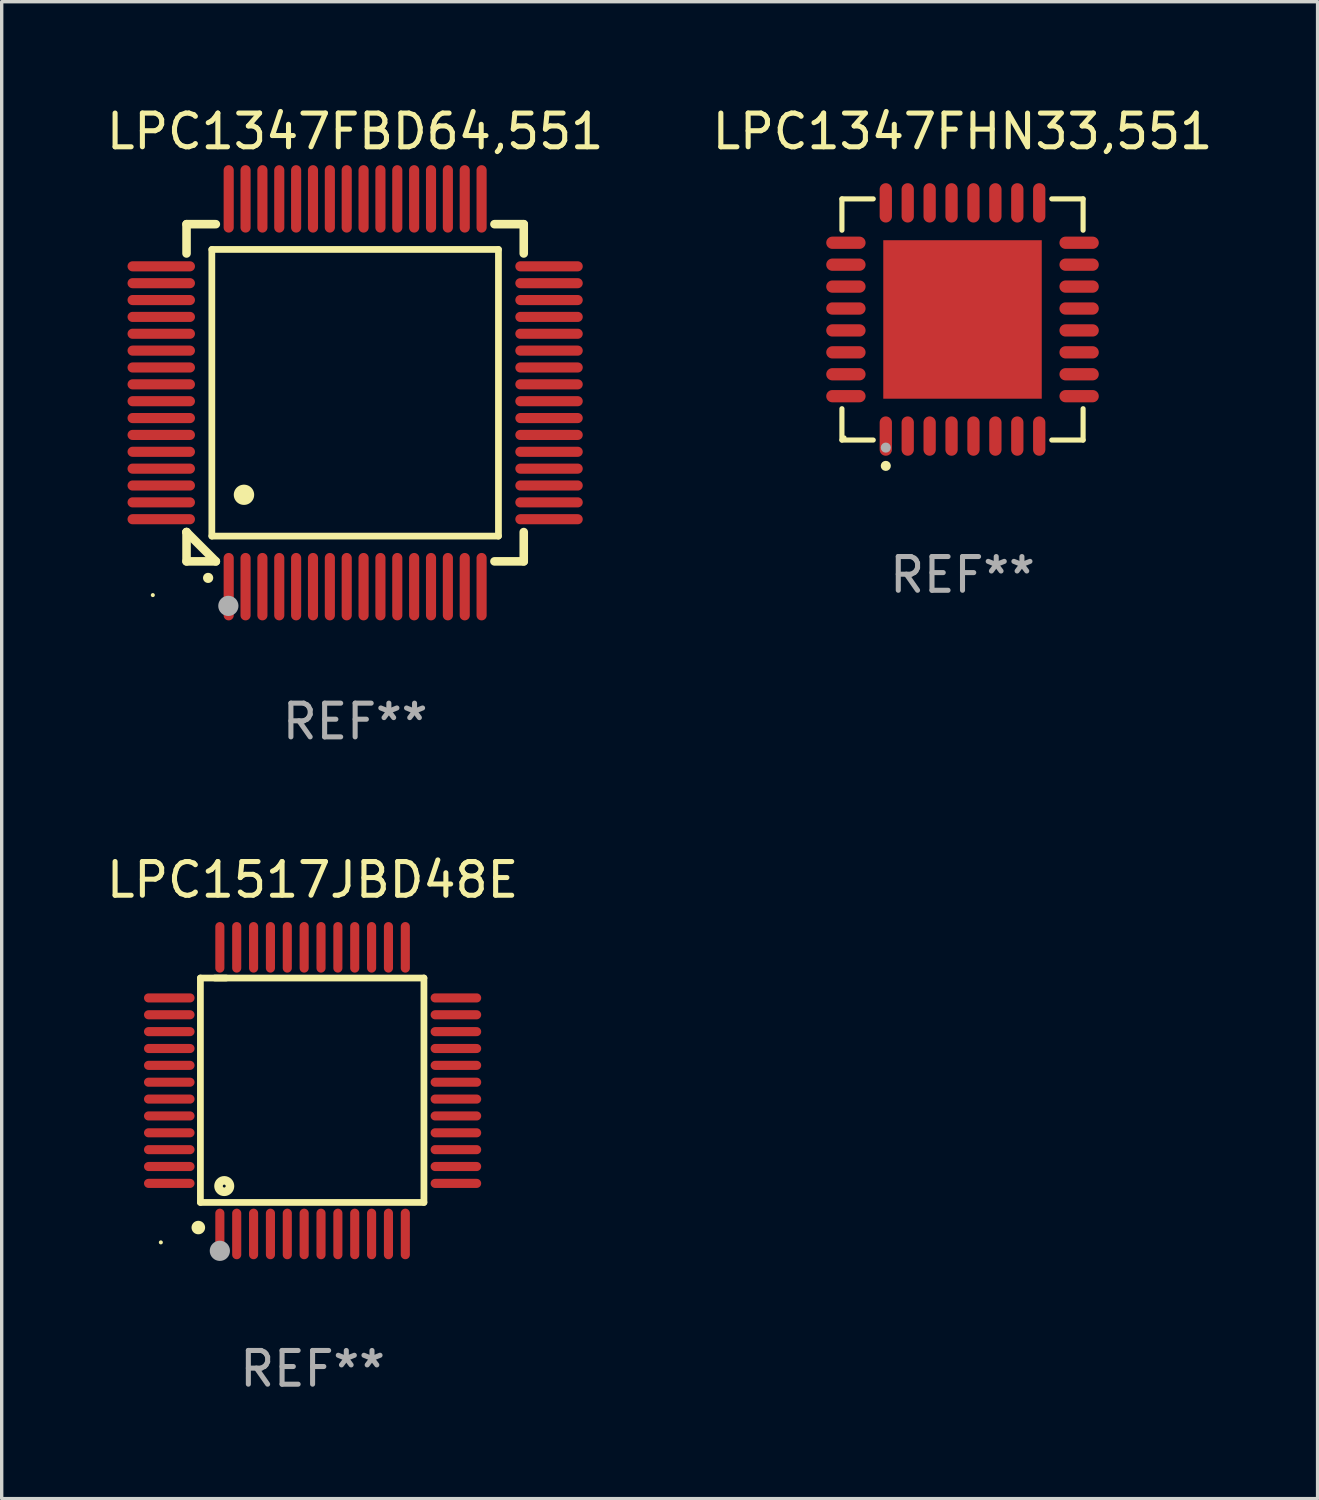
<source format=kicad_pcb>
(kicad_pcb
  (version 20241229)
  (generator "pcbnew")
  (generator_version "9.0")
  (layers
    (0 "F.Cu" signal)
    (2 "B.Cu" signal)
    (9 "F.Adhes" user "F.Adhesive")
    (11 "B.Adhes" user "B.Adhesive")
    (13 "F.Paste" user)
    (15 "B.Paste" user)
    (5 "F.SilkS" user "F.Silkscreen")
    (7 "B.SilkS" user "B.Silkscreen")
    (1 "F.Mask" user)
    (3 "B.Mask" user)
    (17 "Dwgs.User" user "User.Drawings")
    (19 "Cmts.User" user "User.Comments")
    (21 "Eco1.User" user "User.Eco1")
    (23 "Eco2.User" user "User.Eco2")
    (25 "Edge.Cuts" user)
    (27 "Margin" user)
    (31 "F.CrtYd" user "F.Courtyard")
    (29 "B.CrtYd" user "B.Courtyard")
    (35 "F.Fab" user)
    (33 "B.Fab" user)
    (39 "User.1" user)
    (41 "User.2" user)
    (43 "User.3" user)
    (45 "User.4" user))
  (footprint "LPC1347FHN33,551"
    (layer "F.Cu")
    (at 25.494 6.424)
    (property "Reference" "LPC1347FHN33,551" (at 0 -5.576 0) (layer "F.SilkS") (effects (font (size 1 1) (thickness 0.15))))
    (attr through_hole)
    (fp_line (start -3.576 -3.576) (end -2.647 -3.576) (stroke (width 0.152) (type solid)) (layer "F.SilkS"))
    (fp_line (start -3.576 -2.647) (end -3.576 -3.576) (stroke (width 0.152) (type solid)) (layer "F.SilkS"))
    (fp_line (start -3.576 2.647) (end -3.576 3.576) (stroke (width 0.152) (type solid)) (layer "F.SilkS"))
    (fp_line (start -3.576 3.576) (end -2.647 3.576) (stroke (width 0.152) (type solid)) (layer "F.SilkS"))
    (fp_line (start 3.576 -3.576) (end 2.647 -3.576) (stroke (width 0.152) (type solid)) (layer "F.SilkS"))
    (fp_line (start 3.576 -2.647) (end 3.576 -3.576) (stroke (width 0.152) (type solid)) (layer "F.SilkS"))
    (fp_line (start 3.576 2.647) (end 3.576 3.576) (stroke (width 0.152) (type solid)) (layer "F.SilkS"))
    (fp_line (start 3.576 3.576) (end 2.647 3.576) (stroke (width 0.152) (type solid)) (layer "F.SilkS"))
    (fp_circle (center -3.5 3.5) (end -3.47 3.5) (stroke (width 0.06) (type solid)) (fill no) (layer "F.SilkS"))
    (fp_circle (center -2.275 4.342) (end -2.2 4.342) (stroke (width 0.15) (type solid)) (fill no) (layer "F.SilkS"))
    (fp_circle (center -2.275 3.8) (end -2.2 3.8) (stroke (width 0.15) (type solid)) (fill no) (layer "F.Fab"))
    (fp_text user "REF**" (at 0 7.576 0) (layer "F.Fab") (effects (font (size 1 1) (thickness 0.15))))
    (pad "1" smd oval (at -2.275 3.458) (size 0.364 1.167) (layers "F.Cu" "F.Mask" "F.Paste"))
    (pad "2" smd oval (at -1.625 3.458) (size 0.364 1.167) (layers "F.Cu" "F.Mask" "F.Paste"))
    (pad "3" smd oval (at -0.975 3.458) (size 0.364 1.167) (layers "F.Cu" "F.Mask" "F.Paste"))
    (pad "4" smd oval (at -0.325 3.458) (size 0.364 1.167) (layers "F.Cu" "F.Mask" "F.Paste"))
    (pad "5" smd oval (at 0.325 3.458) (size 0.364 1.167) (layers "F.Cu" "F.Mask" "F.Paste"))
    (pad "6" smd oval (at 0.975 3.458) (size 0.364 1.167) (layers "F.Cu" "F.Mask" "F.Paste"))
    (pad "7" smd oval (at 1.625 3.458) (size 0.364 1.167) (layers "F.Cu" "F.Mask" "F.Paste"))
    (pad "8" smd oval (at 2.275 3.458) (size 0.364 1.167) (layers "F.Cu" "F.Mask" "F.Paste"))
    (pad "9" smd oval (at 3.458 2.275) (size 1.167 0.364) (layers "F.Cu" "F.Mask" "F.Paste"))
    (pad "10" smd oval (at 3.458 1.625) (size 1.167 0.364) (layers "F.Cu" "F.Mask" "F.Paste"))
    (pad "11" smd oval (at 3.458 0.975) (size 1.167 0.364) (layers "F.Cu" "F.Mask" "F.Paste"))
    (pad "12" smd oval (at 3.458 0.325) (size 1.167 0.364) (layers "F.Cu" "F.Mask" "F.Paste"))
    (pad "13" smd oval (at 3.458 -0.325) (size 1.167 0.364) (layers "F.Cu" "F.Mask" "F.Paste"))
    (pad "14" smd oval (at 3.458 -0.975) (size 1.167 0.364) (layers "F.Cu" "F.Mask" "F.Paste"))
    (pad "15" smd oval (at 3.458 -1.625) (size 1.167 0.364) (layers "F.Cu" "F.Mask" "F.Paste"))
    (pad "16" smd oval (at 3.458 -2.275) (size 1.167 0.364) (layers "F.Cu" "F.Mask" "F.Paste"))
    (pad "17" smd oval (at 2.275 -3.458) (size 0.364 1.167) (layers "F.Cu" "F.Mask" "F.Paste"))
    (pad "18" smd oval (at 1.625 -3.458) (size 0.364 1.167) (layers "F.Cu" "F.Mask" "F.Paste"))
    (pad "19" smd oval (at 0.975 -3.458) (size 0.364 1.167) (layers "F.Cu" "F.Mask" "F.Paste"))
    (pad "20" smd oval (at 0.325 -3.458) (size 0.364 1.167) (layers "F.Cu" "F.Mask" "F.Paste"))
    (pad "21" smd oval (at -0.325 -3.458) (size 0.364 1.167) (layers "F.Cu" "F.Mask" "F.Paste"))
    (pad "22" smd oval (at -0.975 -3.458) (size 0.364 1.167) (layers "F.Cu" "F.Mask" "F.Paste"))
    (pad "23" smd oval (at -1.625 -3.458) (size 0.364 1.167) (layers "F.Cu" "F.Mask" "F.Paste"))
    (pad "24" smd oval (at -2.275 -3.458) (size 0.364 1.167) (layers "F.Cu" "F.Mask" "F.Paste"))
    (pad "25" smd oval (at -3.458 -2.275) (size 1.167 0.364) (layers "F.Cu" "F.Mask" "F.Paste"))
    (pad "26" smd oval (at -3.458 -1.625) (size 1.167 0.364) (layers "F.Cu" "F.Mask" "F.Paste"))
    (pad "27" smd oval (at -3.458 -0.975) (size 1.167 0.364) (layers "F.Cu" "F.Mask" "F.Paste"))
    (pad "28" smd oval (at -3.458 -0.325) (size 1.167 0.364) (layers "F.Cu" "F.Mask" "F.Paste"))
    (pad "29" smd oval (at -3.458 0.325) (size 1.167 0.364) (layers "F.Cu" "F.Mask" "F.Paste"))
    (pad "30" smd oval (at -3.458 0.975) (size 1.167 0.364) (layers "F.Cu" "F.Mask" "F.Paste"))
    (pad "31" smd oval (at -3.458 1.625) (size 1.167 0.364) (layers "F.Cu" "F.Mask" "F.Paste"))
    (pad "32" smd oval (at -3.458 2.275) (size 1.167 0.364) (layers "F.Cu" "F.Mask" "F.Paste"))
    (pad "33" smd rect (at 0 0) (size 4.7 4.7) (layers "F.Cu" "F.Mask" "F.Paste")))
  (footprint "LPC1517JBD48E"
    (layer "F.Cu")
    (at 6.22 29.294)
    (property "Reference" "LPC1517JBD48E" (at 0 -6.25 0) (layer "F.SilkS") (effects (font (size 1 1) (thickness 0.15))))
    (attr through_hole)
    (fp_line (start -3.327 -3.34) (end -2.565 -3.34) (stroke (width 0.2) (type solid)) (layer "F.SilkS"))
    (fp_line (start -3.327 3.315) (end -3.327 -3.34) (stroke (width 0.2) (type solid)) (layer "F.SilkS"))
    (fp_line (start -2.896 -3.34) (end 3.302 -3.34) (stroke (width 0.2) (type solid)) (layer "F.SilkS"))
    (fp_line (start 3.302 -3.34) (end 3.302 3.315) (stroke (width 0.2) (type solid)) (layer "F.SilkS"))
    (fp_line (start 3.302 3.315) (end -3.327 3.315) (stroke (width 0.2) (type solid)) (layer "F.SilkS"))
    (fp_arc (start -3.389992 4.059995) (mid -3.388722 4.059991) (end -3.387452 4.059995) (stroke (width 0.4) (type solid)) (layer "F.SilkS"))
    (fp_circle (center -4.5 4.5) (end -4.47 4.5) (stroke (width 0.06) (type solid)) (fill no) (layer "F.SilkS"))
    (fp_circle (center -2.62 2.83) (end -2.45 2.83) (stroke (width 0.254) (type solid)) (fill no) (layer "F.SilkS"))
    (fp_circle (center -2.75 4.75) (end -2.6 4.75) (stroke (width 0.3) (type solid)) (fill no) (layer "F.Fab"))
    (fp_text user "REF**" (at 0 8.25 0) (layer "F.Fab") (effects (font (size 1 1) (thickness 0.15))))
    (pad "1" smd oval (at -2.75 4.25) (size 0.27 1.5) (layers "F.Cu" "F.Mask" "F.Paste"))
    (pad "2" smd oval (at -2.25 4.25) (size 0.27 1.5) (layers "F.Cu" "F.Mask" "F.Paste"))
    (pad "3" smd oval (at -1.75 4.25) (size 0.27 1.5) (layers "F.Cu" "F.Mask" "F.Paste"))
    (pad "4" smd oval (at -1.25 4.25) (size 0.27 1.5) (layers "F.Cu" "F.Mask" "F.Paste"))
    (pad "5" smd oval (at -0.75 4.25) (size 0.27 1.5) (layers "F.Cu" "F.Mask" "F.Paste"))
    (pad "6" smd oval (at -0.25 4.25) (size 0.27 1.5) (layers "F.Cu" "F.Mask" "F.Paste"))
    (pad "7" smd oval (at 0.25 4.25) (size 0.27 1.5) (layers "F.Cu" "F.Mask" "F.Paste"))
    (pad "8" smd oval (at 0.75 4.25) (size 0.27 1.5) (layers "F.Cu" "F.Mask" "F.Paste"))
    (pad "9" smd oval (at 1.25 4.25) (size 0.27 1.5) (layers "F.Cu" "F.Mask" "F.Paste"))
    (pad "10" smd oval (at 1.75 4.25) (size 0.27 1.5) (layers "F.Cu" "F.Mask" "F.Paste"))
    (pad "11" smd oval (at 2.25 4.25) (size 0.27 1.5) (layers "F.Cu" "F.Mask" "F.Paste"))
    (pad "12" smd oval (at 2.75 4.25) (size 0.27 1.5) (layers "F.Cu" "F.Mask" "F.Paste"))
    (pad "13" smd oval (at 4.25 2.75) (size 1.5 0.27) (layers "F.Cu" "F.Mask" "F.Paste"))
    (pad "14" smd oval (at 4.25 2.25) (size 1.5 0.27) (layers "F.Cu" "F.Mask" "F.Paste"))
    (pad "15" smd oval (at 4.25 1.75) (size 1.5 0.27) (layers "F.Cu" "F.Mask" "F.Paste"))
    (pad "16" smd oval (at 4.25 1.25) (size 1.5 0.27) (layers "F.Cu" "F.Mask" "F.Paste"))
    (pad "17" smd oval (at 4.25 0.75) (size 1.5 0.27) (layers "F.Cu" "F.Mask" "F.Paste"))
    (pad "18" smd oval (at 4.25 0.25) (size 1.5 0.27) (layers "F.Cu" "F.Mask" "F.Paste"))
    (pad "19" smd oval (at 4.25 -0.25) (size 1.5 0.27) (layers "F.Cu" "F.Mask" "F.Paste"))
    (pad "20" smd oval (at 4.25 -0.75) (size 1.5 0.27) (layers "F.Cu" "F.Mask" "F.Paste"))
    (pad "21" smd oval (at 4.25 -1.25) (size 1.5 0.27) (layers "F.Cu" "F.Mask" "F.Paste"))
    (pad "22" smd oval (at 4.25 -1.75) (size 1.5 0.27) (layers "F.Cu" "F.Mask" "F.Paste"))
    (pad "23" smd oval (at 4.25 -2.25) (size 1.5 0.27) (layers "F.Cu" "F.Mask" "F.Paste"))
    (pad "24" smd oval (at 4.25 -2.75) (size 1.5 0.27) (layers "F.Cu" "F.Mask" "F.Paste"))
    (pad "25" smd oval (at 2.75 -4.25) (size 0.27 1.5) (layers "F.Cu" "F.Mask" "F.Paste"))
    (pad "26" smd oval (at 2.25 -4.25) (size 0.27 1.5) (layers "F.Cu" "F.Mask" "F.Paste"))
    (pad "27" smd oval (at 1.75 -4.25) (size 0.27 1.5) (layers "F.Cu" "F.Mask" "F.Paste"))
    (pad "28" smd oval (at 1.25 -4.25) (size 0.27 1.5) (layers "F.Cu" "F.Mask" "F.Paste"))
    (pad "29" smd oval (at 0.75 -4.25) (size 0.27 1.5) (layers "F.Cu" "F.Mask" "F.Paste"))
    (pad "30" smd oval (at 0.25 -4.25) (size 0.27 1.5) (layers "F.Cu" "F.Mask" "F.Paste"))
    (pad "31" smd oval (at -0.25 -4.25) (size 0.27 1.5) (layers "F.Cu" "F.Mask" "F.Paste"))
    (pad "32" smd oval (at -0.75 -4.25) (size 0.27 1.5) (layers "F.Cu" "F.Mask" "F.Paste"))
    (pad "33" smd oval (at -1.25 -4.25) (size 0.27 1.5) (layers "F.Cu" "F.Mask" "F.Paste"))
    (pad "34" smd oval (at -1.75 -4.25) (size 0.27 1.5) (layers "F.Cu" "F.Mask" "F.Paste"))
    (pad "35" smd oval (at -2.25 -4.25) (size 0.27 1.5) (layers "F.Cu" "F.Mask" "F.Paste"))
    (pad "36" smd oval (at -2.75 -4.25) (size 0.27 1.5) (layers "F.Cu" "F.Mask" "F.Paste"))
    (pad "37" smd oval (at -4.25 -2.75) (size 1.5 0.27) (layers "F.Cu" "F.Mask" "F.Paste"))
    (pad "38" smd oval (at -4.25 -2.25) (size 1.5 0.27) (layers "F.Cu" "F.Mask" "F.Paste"))
    (pad "39" smd oval (at -4.25 -1.75) (size 1.5 0.27) (layers "F.Cu" "F.Mask" "F.Paste"))
    (pad "40" smd oval (at -4.25 -1.25) (size 1.5 0.27) (layers "F.Cu" "F.Mask" "F.Paste"))
    (pad "41" smd oval (at -4.25 -0.75) (size 1.5 0.27) (layers "F.Cu" "F.Mask" "F.Paste"))
    (pad "42" smd oval (at -4.25 -0.25) (size 1.5 0.27) (layers "F.Cu" "F.Mask" "F.Paste"))
    (pad "43" smd oval (at -4.25 0.25) (size 1.5 0.27) (layers "F.Cu" "F.Mask" "F.Paste"))
    (pad "44" smd oval (at -4.25 0.75) (size 1.5 0.27) (layers "F.Cu" "F.Mask" "F.Paste"))
    (pad "45" smd oval (at -4.25 1.25) (size 1.5 0.27) (layers "F.Cu" "F.Mask" "F.Paste"))
    (pad "46" smd oval (at -4.25 1.75) (size 1.5 0.27) (layers "F.Cu" "F.Mask" "F.Paste"))
    (pad "47" smd oval (at -4.25 2.25) (size 1.5 0.27) (layers "F.Cu" "F.Mask" "F.Paste"))
    (pad "48" smd oval (at -4.25 2.75) (size 1.5 0.27) (layers "F.Cu" "F.Mask" "F.Paste")))
  (footprint "LPC1347FBD64,551"
    (layer "F.Cu")
    (at 7.482 8.598)
    (property "Reference" "LPC1347FBD64,551" (at 0 -7.75 0) (layer "F.SilkS") (effects (font (size 1 1) (thickness 0.15))))
    (attr through_hole)
    (fp_line (start -5 -5) (end -4.131 -5) (stroke (width 0.254) (type solid)) (layer "F.SilkS"))
    (fp_line (start -5 -4.131) (end -5 -5) (stroke (width 0.254) (type solid)) (layer "F.SilkS"))
    (fp_line (start -5 4.131) (end -5 4.131) (stroke (width 0.254) (type solid)) (layer "F.SilkS"))
    (fp_line (start -5 5) (end -5 4.131) (stroke (width 0.254) (type solid)) (layer "F.SilkS"))
    (fp_line (start -5 4.131) (end -4.131 5) (stroke (width 0.254) (type solid)) (layer "F.SilkS"))
    (fp_line (start -4.25 -4.25) (end -4.25 4.25) (stroke (width 0.2) (type solid)) (layer "F.SilkS"))
    (fp_line (start -4.25 4.25) (end 4.25 4.25) (stroke (width 0.2) (type solid)) (layer "F.SilkS"))
    (fp_line (start -4.131 5) (end -5 5) (stroke (width 0.254) (type solid)) (layer "F.SilkS"))
    (fp_line (start 4.25 -4.25) (end -4.25 -4.25) (stroke (width 0.2) (type solid)) (layer "F.SilkS"))
    (fp_line (start 4.25 4.25) (end 4.25 -4.25) (stroke (width 0.2) (type solid)) (layer "F.SilkS"))
    (fp_line (start 5 -5) (end 4.131 -5) (stroke (width 0.254) (type solid)) (layer "F.SilkS"))
    (fp_line (start 5 -5) (end 5 -4.131) (stroke (width 0.254) (type solid)) (layer "F.SilkS"))
    (fp_line (start 5 4.131) (end 5 5) (stroke (width 0.254) (type solid)) (layer "F.SilkS"))
    (fp_line (start 5 5) (end 4.131 5) (stroke (width 0.254) (type solid)) (layer "F.SilkS"))
    (fp_arc (start -4.361265 5.489992) (mid -4.359995 5.489987) (end -4.358725 5.489992) (stroke (width 0.3) (type solid)) (layer "F.SilkS"))
    (fp_arc (start -3.299467 3.025146) (mid -3.296927 3.025135) (end -3.294387 3.025146) (stroke (width 0.6) (type solid)) (layer "F.SilkS"))
    (fp_circle (center -6 6) (end -5.97 6) (stroke (width 0.06) (type solid)) (fill no) (layer "F.SilkS"))
    (fp_circle (center -3.76 6.32) (end -3.61 6.32) (stroke (width 0.3) (type solid)) (fill no) (layer "F.Fab"))
    (fp_text user "REF**" (at 0 9.75 0) (layer "F.Fab") (effects (font (size 1 1) (thickness 0.15))))
    (pad "1" smd oval (at -3.75 5.75) (size 0.3 2) (layers "F.Cu" "F.Mask" "F.Paste"))
    (pad "2" smd oval (at -3.25 5.75) (size 0.3 2) (layers "F.Cu" "F.Mask" "F.Paste"))
    (pad "3" smd oval (at -2.75 5.75) (size 0.3 2) (layers "F.Cu" "F.Mask" "F.Paste"))
    (pad "4" smd oval (at -2.25 5.75) (size 0.3 2) (layers "F.Cu" "F.Mask" "F.Paste"))
    (pad "5" smd oval (at -1.75 5.75) (size 0.3 2) (layers "F.Cu" "F.Mask" "F.Paste"))
    (pad "6" smd oval (at -1.25 5.75) (size 0.3 2) (layers "F.Cu" "F.Mask" "F.Paste"))
    (pad "7" smd oval (at -0.75 5.75) (size 0.3 2) (layers "F.Cu" "F.Mask" "F.Paste"))
    (pad "8" smd oval (at -0.25 5.75) (size 0.3 2) (layers "F.Cu" "F.Mask" "F.Paste"))
    (pad "9" smd oval (at 0.25 5.75) (size 0.3 2) (layers "F.Cu" "F.Mask" "F.Paste"))
    (pad "10" smd oval (at 0.75 5.75) (size 0.3 2) (layers "F.Cu" "F.Mask" "F.Paste"))
    (pad "11" smd oval (at 1.25 5.75) (size 0.3 2) (layers "F.Cu" "F.Mask" "F.Paste"))
    (pad "12" smd oval (at 1.75 5.75) (size 0.3 2) (layers "F.Cu" "F.Mask" "F.Paste"))
    (pad "13" smd oval (at 2.25 5.75) (size 0.3 2) (layers "F.Cu" "F.Mask" "F.Paste"))
    (pad "14" smd oval (at 2.75 5.75) (size 0.3 2) (layers "F.Cu" "F.Mask" "F.Paste"))
    (pad "15" smd oval (at 3.25 5.75) (size 0.3 2) (layers "F.Cu" "F.Mask" "F.Paste"))
    (pad "16" smd oval (at 3.75 5.75) (size 0.3 2) (layers "F.Cu" "F.Mask" "F.Paste"))
    (pad "17" smd oval (at 5.75 3.75) (size 2 0.3) (layers "F.Cu" "F.Mask" "F.Paste"))
    (pad "18" smd oval (at 5.75 3.25) (size 2 0.3) (layers "F.Cu" "F.Mask" "F.Paste"))
    (pad "19" smd oval (at 5.75 2.75) (size 2 0.3) (layers "F.Cu" "F.Mask" "F.Paste"))
    (pad "20" smd oval (at 5.75 2.25) (size 2 0.3) (layers "F.Cu" "F.Mask" "F.Paste"))
    (pad "21" smd oval (at 5.75 1.75) (size 2 0.3) (layers "F.Cu" "F.Mask" "F.Paste"))
    (pad "22" smd oval (at 5.75 1.25) (size 2 0.3) (layers "F.Cu" "F.Mask" "F.Paste"))
    (pad "23" smd oval (at 5.75 0.75) (size 2 0.3) (layers "F.Cu" "F.Mask" "F.Paste"))
    (pad "24" smd oval (at 5.75 0.25) (size 2 0.3) (layers "F.Cu" "F.Mask" "F.Paste"))
    (pad "25" smd oval (at 5.75 -0.25) (size 2 0.3) (layers "F.Cu" "F.Mask" "F.Paste"))
    (pad "26" smd oval (at 5.75 -0.75) (size 2 0.3) (layers "F.Cu" "F.Mask" "F.Paste"))
    (pad "27" smd oval (at 5.75 -1.25) (size 2 0.3) (layers "F.Cu" "F.Mask" "F.Paste"))
    (pad "28" smd oval (at 5.75 -1.75) (size 2 0.3) (layers "F.Cu" "F.Mask" "F.Paste"))
    (pad "29" smd oval (at 5.75 -2.25) (size 2 0.3) (layers "F.Cu" "F.Mask" "F.Paste"))
    (pad "30" smd oval (at 5.75 -2.75) (size 2 0.3) (layers "F.Cu" "F.Mask" "F.Paste"))
    (pad "31" smd oval (at 5.75 -3.25) (size 2 0.3) (layers "F.Cu" "F.Mask" "F.Paste"))
    (pad "32" smd oval (at 5.75 -3.75) (size 2 0.3) (layers "F.Cu" "F.Mask" "F.Paste"))
    (pad "33" smd oval (at 3.75 -5.75) (size 0.3 2) (layers "F.Cu" "F.Mask" "F.Paste"))
    (pad "34" smd oval (at 3.25 -5.75) (size 0.3 2) (layers "F.Cu" "F.Mask" "F.Paste"))
    (pad "35" smd oval (at 2.75 -5.75) (size 0.3 2) (layers "F.Cu" "F.Mask" "F.Paste"))
    (pad "36" smd oval (at 2.25 -5.75) (size 0.3 2) (layers "F.Cu" "F.Mask" "F.Paste"))
    (pad "37" smd oval (at 1.75 -5.75) (size 0.3 2) (layers "F.Cu" "F.Mask" "F.Paste"))
    (pad "38" smd oval (at 1.25 -5.75) (size 0.3 2) (layers "F.Cu" "F.Mask" "F.Paste"))
    (pad "39" smd oval (at 0.75 -5.75) (size 0.3 2) (layers "F.Cu" "F.Mask" "F.Paste"))
    (pad "40" smd oval (at 0.25 -5.75) (size 0.3 2) (layers "F.Cu" "F.Mask" "F.Paste"))
    (pad "41" smd oval (at -0.25 -5.75) (size 0.3 2) (layers "F.Cu" "F.Mask" "F.Paste"))
    (pad "42" smd oval (at -0.75 -5.75) (size 0.3 2) (layers "F.Cu" "F.Mask" "F.Paste"))
    (pad "43" smd oval (at -1.25 -5.75) (size 0.3 2) (layers "F.Cu" "F.Mask" "F.Paste"))
    (pad "44" smd oval (at -1.75 -5.75) (size 0.3 2) (layers "F.Cu" "F.Mask" "F.Paste"))
    (pad "45" smd oval (at -2.25 -5.75) (size 0.3 2) (layers "F.Cu" "F.Mask" "F.Paste"))
    (pad "46" smd oval (at -2.75 -5.75) (size 0.3 2) (layers "F.Cu" "F.Mask" "F.Paste"))
    (pad "47" smd oval (at -3.25 -5.75) (size 0.3 2) (layers "F.Cu" "F.Mask" "F.Paste"))
    (pad "48" smd oval (at -3.75 -5.75) (size 0.3 2) (layers "F.Cu" "F.Mask" "F.Paste"))
    (pad "49" smd oval (at -5.75 -3.75) (size 2 0.3) (layers "F.Cu" "F.Mask" "F.Paste"))
    (pad "50" smd oval (at -5.75 -3.25) (size 2 0.3) (layers "F.Cu" "F.Mask" "F.Paste"))
    (pad "51" smd oval (at -5.75 -2.75) (size 2 0.3) (layers "F.Cu" "F.Mask" "F.Paste"))
    (pad "52" smd oval (at -5.75 -2.25) (size 2 0.3) (layers "F.Cu" "F.Mask" "F.Paste"))
    (pad "53" smd oval (at -5.75 -1.75) (size 2 0.3) (layers "F.Cu" "F.Mask" "F.Paste"))
    (pad "54" smd oval (at -5.75 -1.25) (size 2 0.3) (layers "F.Cu" "F.Mask" "F.Paste"))
    (pad "55" smd oval (at -5.75 -0.75) (size 2 0.3) (layers "F.Cu" "F.Mask" "F.Paste"))
    (pad "56" smd oval (at -5.75 -0.25) (size 2 0.3) (layers "F.Cu" "F.Mask" "F.Paste"))
    (pad "57" smd oval (at -5.75 0.25) (size 2 0.3) (layers "F.Cu" "F.Mask" "F.Paste"))
    (pad "58" smd oval (at -5.75 0.75) (size 2 0.3) (layers "F.Cu" "F.Mask" "F.Paste"))
    (pad "59" smd oval (at -5.75 1.25) (size 2 0.3) (layers "F.Cu" "F.Mask" "F.Paste"))
    (pad "60" smd oval (at -5.75 1.75) (size 2 0.3) (layers "F.Cu" "F.Mask" "F.Paste"))
    (pad "61" smd oval (at -5.75 2.25) (size 2 0.3) (layers "F.Cu" "F.Mask" "F.Paste"))
    (pad "62" smd oval (at -5.75 2.75) (size 2 0.3) (layers "F.Cu" "F.Mask" "F.Paste"))
    (pad "63" smd oval (at -5.75 3.25) (size 2 0.3) (layers "F.Cu" "F.Mask" "F.Paste"))
    (pad "64" smd oval (at -5.75 3.75) (size 2 0.3) (layers "F.Cu" "F.Mask" "F.Paste")))
  (gr_rect
    (start -3 -3)
    (end 36.024 41.392)
    (stroke (width 0.1) (type default))
    (fill no)
    (layer "Edge.Cuts")))
</source>
